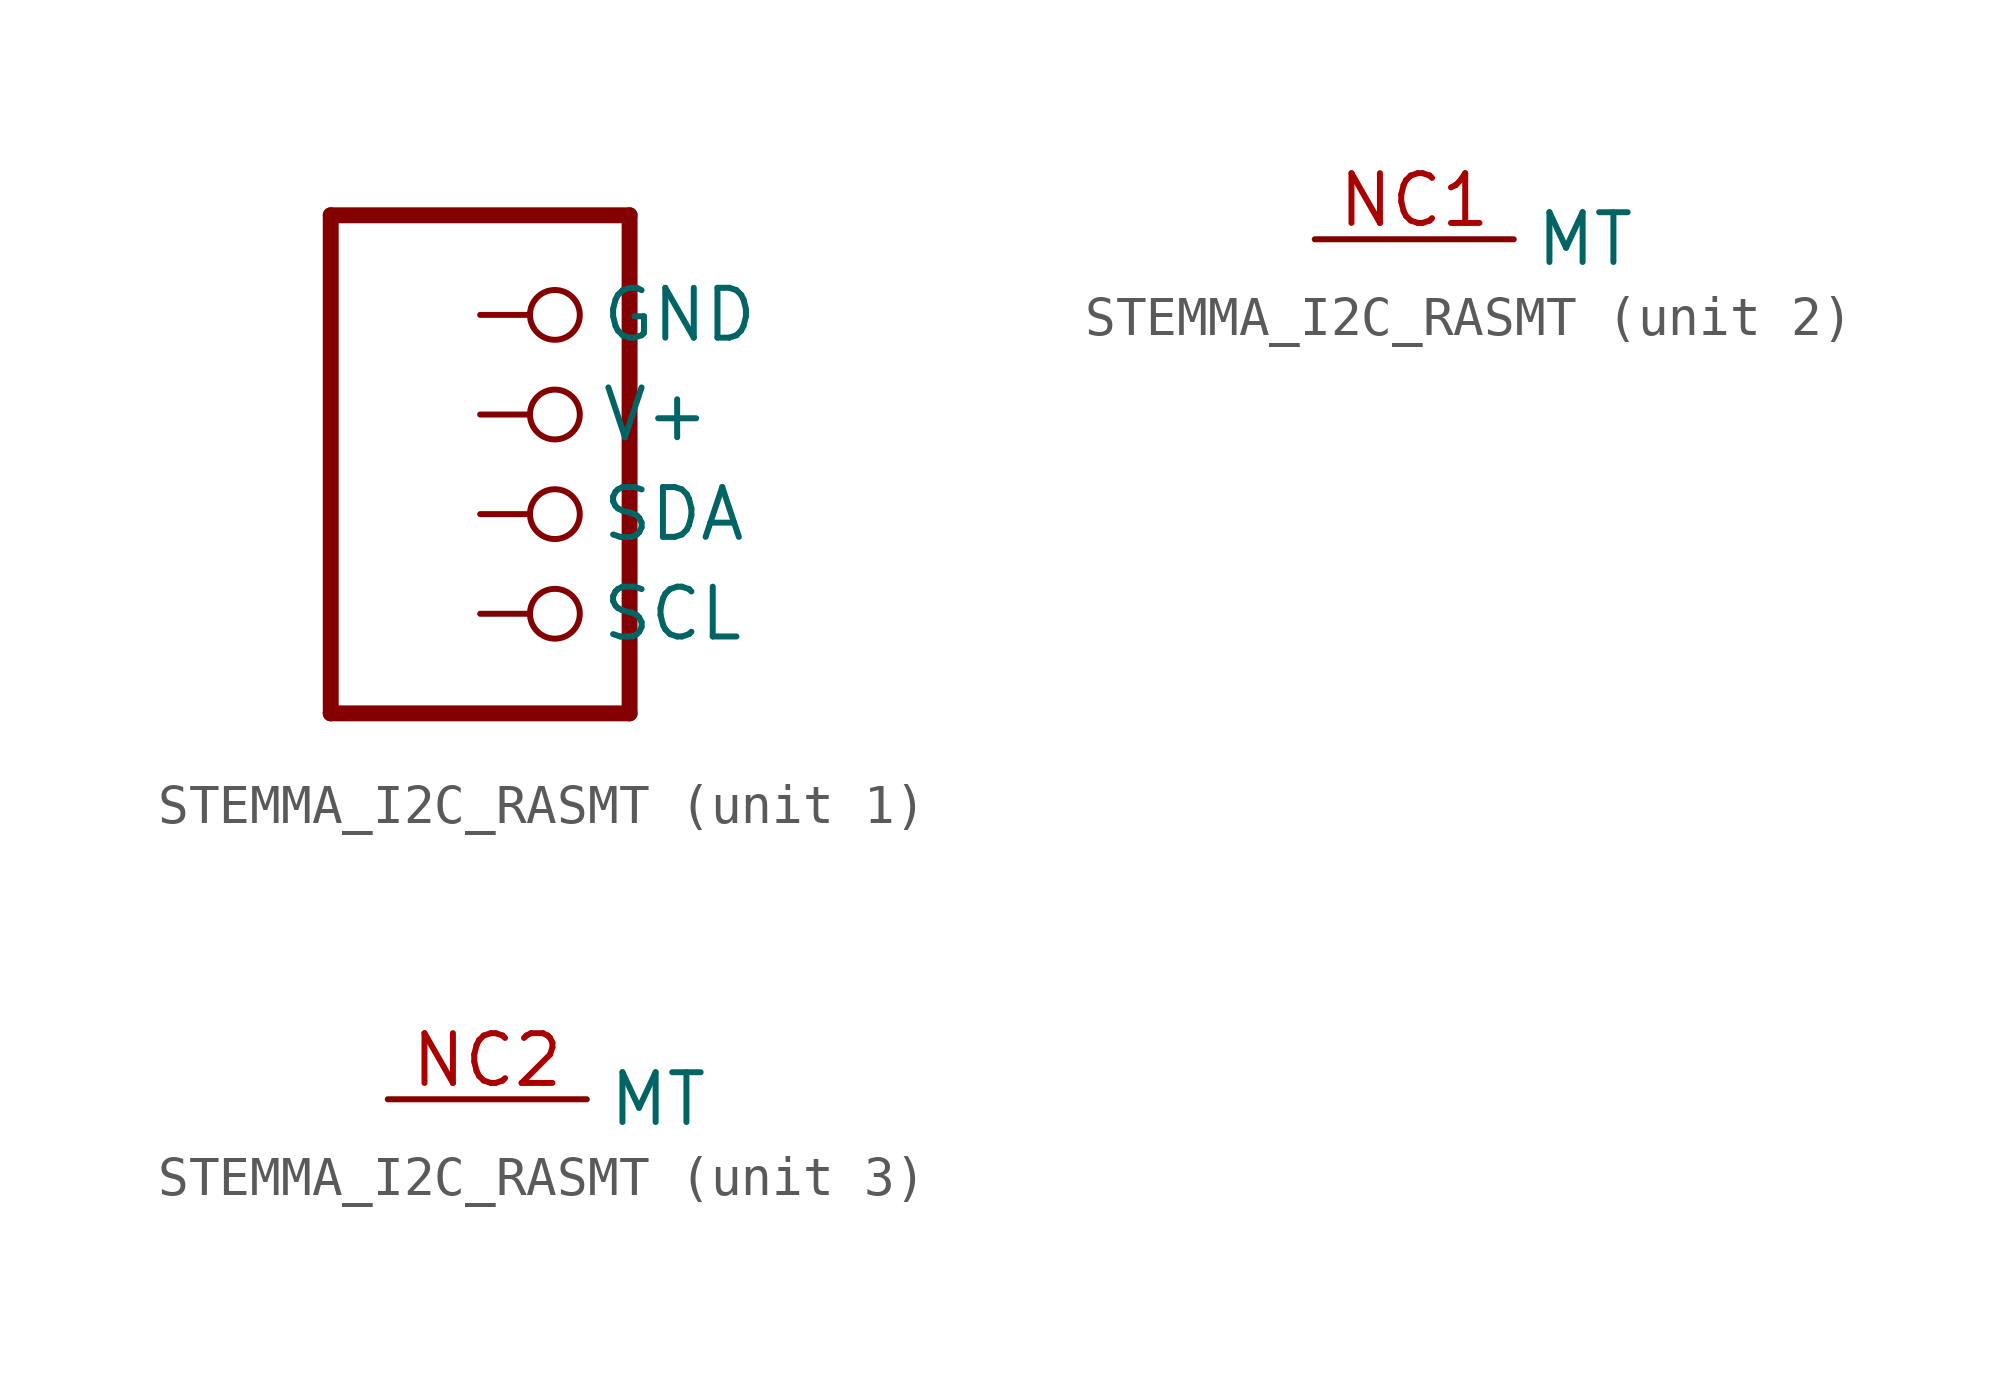
<source format=kicad_sym>
(kicad_symbol_lib
  (version 20211014)
  (generator kicad_symbol_editor)
  (symbol "STEMMA_I2C_RASMT"
    (property "Reference" "CONN"
      (at -3.81 8.255 0)
      (effects (font (size 1.778 1.511)) (justify left bottom) hide))
    (property "ki_locked" ""
      (at 0 0 0)
      (effects (font (size 1.27 1.27))))
    (symbol "STEMMA_I2C_RASMT_1_0"
      (polyline (pts (xy -3.81 -5.08) (xy 3.81 -5.08)) (stroke (width 0.406) (type default) (color 0 0 0 0)) (fill (type none)))
      (polyline (pts (xy -3.81 7.62) (xy -3.81 -5.08)) (stroke (width 0.406) (type default) (color 0 0 0 0)) (fill (type none)))
      (polyline (pts (xy 3.81 -5.08) (xy 3.81 7.62)) (stroke (width 0.406) (type default) (color 0 0 0 0)) (fill (type none)))
      (polyline (pts (xy 3.81 7.62) (xy -3.81 7.62)) (stroke (width 0.406) (type default) (color 0 0 0 0)) (fill (type none)))
      (pin passive inverted (at 0 5.08 0) (length 2.54) (name "GND" (effects (font (size 1.27 1.27)))) (number "1" (effects (font (size 0 0)))))
      (pin passive inverted (at 0 2.54 0) (length 2.54) (name "V+" (effects (font (size 1.27 1.27)))) (number "2" (effects (font (size 0 0)))))
      (pin passive inverted (at 0 0 0) (length 2.54) (name "SDA" (effects (font (size 1.27 1.27)))) (number "3" (effects (font (size 0 0)))))
      (pin passive inverted (at 0 -2.54 0) (length 2.54) (name "SCL" (effects (font (size 1.27 1.27)))) (number "4" (effects (font (size 0 0))))))
    (symbol "STEMMA_I2C_RASMT_2_0"
      (pin bidirectional line (at 0 0 0) (length 5.08) (name "MT" (effects (font (size 1.27 1.27)))) (number "NC1" (effects (font (size 1.27 1.27))))))
    (symbol "STEMMA_I2C_RASMT_3_0"
      (pin bidirectional line (at 0 0 0) (length 5.08) (name "MT" (effects (font (size 1.27 1.27)))) (number "NC2" (effects (font (size 1.27 1.27))))))))
</source>
